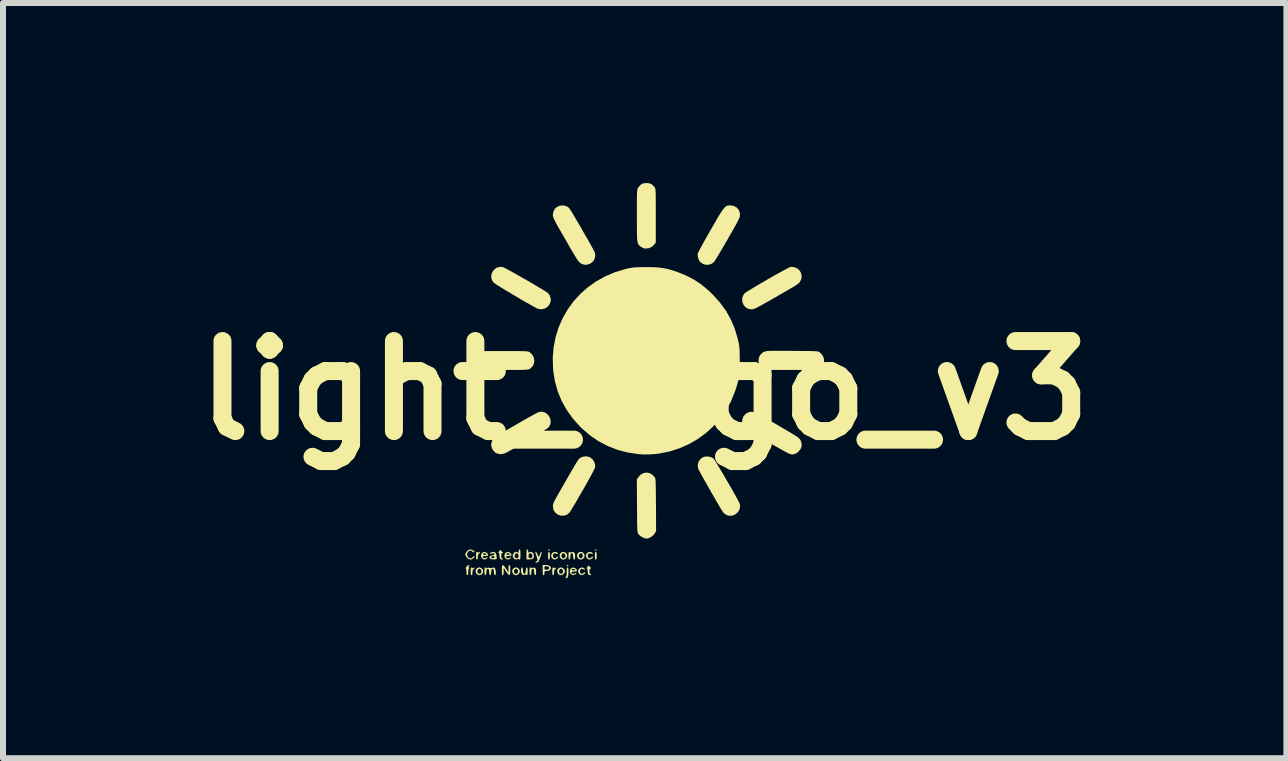
<source format=kicad_pcb>
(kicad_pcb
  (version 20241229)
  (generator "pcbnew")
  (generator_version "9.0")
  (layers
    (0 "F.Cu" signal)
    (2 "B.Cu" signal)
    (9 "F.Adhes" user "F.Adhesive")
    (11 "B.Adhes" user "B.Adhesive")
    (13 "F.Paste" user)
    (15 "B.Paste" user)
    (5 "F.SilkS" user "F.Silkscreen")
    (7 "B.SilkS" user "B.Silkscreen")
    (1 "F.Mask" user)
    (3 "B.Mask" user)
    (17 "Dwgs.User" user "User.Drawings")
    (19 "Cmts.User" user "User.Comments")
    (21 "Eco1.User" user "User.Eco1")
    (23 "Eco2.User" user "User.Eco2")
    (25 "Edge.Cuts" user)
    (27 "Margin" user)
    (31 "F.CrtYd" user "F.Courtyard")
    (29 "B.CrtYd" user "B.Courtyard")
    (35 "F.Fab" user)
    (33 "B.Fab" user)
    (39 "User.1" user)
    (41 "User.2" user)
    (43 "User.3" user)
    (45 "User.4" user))
  (footprint "light_logo_v3"
    (layer "F.Cu")
    (at 7.693 3.455)
    (property "Reference" "light_logo_v3" (at 0 0 0) (layer "F.SilkS") (effects (font (size 1.5 1.5) (thickness 0.3))))
    (attr board_only exclude_from_pos_files exclude_from_bom)
    (fp_poly (pts (xy -1.582 2.655) (xy -1.58 2.66) (xy -1.588 2.669) (xy -1.595 2.67) (xy -1.608 2.665) (xy -1.61 2.66) (xy -1.602 2.651) (xy -1.595 2.65)) (stroke (width 0) (type solid)) (fill yes) (layer "F.SilkS"))
    (fp_poly (pts (xy -1.272 2.915) (xy -1.27 2.92) (xy -1.278 2.929) (xy -1.285 2.93) (xy -1.298 2.925) (xy -1.3 2.92) (xy -1.292 2.911) (xy -1.285 2.91)) (stroke (width 0) (type solid)) (fill yes) (layer "F.SilkS"))
    (fp_poly (pts (xy -0.802 2.655) (xy -0.8 2.66) (xy -0.808 2.669) (xy -0.815 2.67) (xy -0.828 2.665) (xy -0.83 2.66) (xy -0.822 2.651) (xy -0.815 2.65)) (stroke (width 0) (type solid)) (fill yes) (layer "F.SilkS"))
    (fp_poly (pts (xy -1.587 2.694) (xy -1.582 2.71) (xy -1.58 2.74) (xy -1.58 2.755) (xy -1.581 2.791) (xy -1.585 2.812) (xy -1.592 2.82) (xy -1.595 2.82) (xy -1.603 2.816) (xy -1.608 2.8) (xy -1.61 2.77) (xy -1.61 2.755) (xy -1.609 2.719) (xy -1.605 2.698) (xy -1.598 2.69) (xy -1.595 2.69)) (stroke (width 0) (type solid)) (fill yes) (layer "F.SilkS"))
    (fp_poly (pts (xy -0.807 2.694) (xy -0.802 2.71) (xy -0.8 2.74) (xy -0.8 2.755) (xy -0.801 2.791) (xy -0.805 2.812) (xy -0.812 2.82) (xy -0.815 2.82) (xy -0.823 2.816) (xy -0.828 2.8) (xy -0.83 2.77) (xy -0.83 2.755) (xy -0.829 2.719) (xy -0.825 2.698) (xy -0.818 2.69) (xy -0.815 2.69)) (stroke (width 0) (type solid)) (fill yes) (layer "F.SilkS"))
    (fp_poly (pts (xy -1.277 2.954) (xy -1.272 2.969) (xy -1.27 2.998) (xy -1.27 3.021) (xy -1.271 3.059) (xy -1.275 3.091) (xy -1.28 3.111) (xy -1.293 3.125) (xy -1.309 3.13) (xy -1.319 3.125) (xy -1.32 3.12) (xy -1.312 3.11) (xy -1.31 3.11) (xy -1.305 3.101) (xy -1.302 3.075) (xy -1.3 3.037) (xy -1.3 3.03) (xy -1.299 2.989) (xy -1.297 2.964) (xy -1.292 2.953) (xy -1.285 2.95)) (stroke (width 0) (type solid)) (fill yes) (layer "F.SilkS"))
    (fp_poly (pts (xy -2.872 2.956) (xy -2.87 2.961) (xy -2.865 2.966) (xy -2.855 2.96) (xy -2.839 2.952) (xy -2.833 2.954) (xy -2.835 2.964) (xy -2.848 2.976) (xy -2.863 2.992) (xy -2.869 3.016) (xy -2.87 3.036) (xy -2.872 3.065) (xy -2.879 3.078) (xy -2.885 3.08) (xy -2.893 3.076) (xy -2.898 3.06) (xy -2.9 3.03) (xy -2.9 3.015) (xy -2.899 2.979) (xy -2.895 2.958) (xy -2.888 2.95) (xy -2.885 2.95)) (stroke (width 0) (type solid)) (fill yes) (layer "F.SilkS"))
    (fp_poly (pts (xy -2.782 2.696) (xy -2.78 2.701) (xy -2.775 2.706) (xy -2.765 2.7) (xy -2.749 2.692) (xy -2.743 2.694) (xy -2.745 2.704) (xy -2.758 2.716) (xy -2.773 2.732) (xy -2.779 2.756) (xy -2.78 2.776) (xy -2.782 2.805) (xy -2.789 2.818) (xy -2.795 2.82) (xy -2.803 2.816) (xy -2.808 2.8) (xy -2.81 2.77) (xy -2.81 2.755) (xy -2.809 2.719) (xy -2.805 2.698) (xy -2.798 2.69) (xy -2.795 2.69)) (stroke (width 0) (type solid)) (fill yes) (layer "F.SilkS"))
    (fp_poly (pts (xy -1.512 2.956) (xy -1.51 2.961) (xy -1.505 2.966) (xy -1.495 2.96) (xy -1.479 2.952) (xy -1.473 2.954) (xy -1.475 2.964) (xy -1.488 2.976) (xy -1.503 2.992) (xy -1.509 3.016) (xy -1.51 3.036) (xy -1.512 3.065) (xy -1.519 3.078) (xy -1.525 3.08) (xy -1.533 3.076) (xy -1.538 3.06) (xy -1.54 3.03) (xy -1.54 3.015) (xy -1.539 2.979) (xy -1.535 2.958) (xy -1.528 2.95) (xy -1.525 2.95)) (stroke (width 0) (type solid)) (fill yes) (layer "F.SilkS"))
    (fp_poly (pts (xy -2.921 2.916) (xy -2.923 2.927) (xy -2.933 2.933) (xy -2.939 2.94) (xy -2.93 2.95) (xy -2.921 2.961) (xy -2.928 2.967) (xy -2.936 2.98) (xy -2.94 3.01) (xy -2.94 3.026) (xy -2.941 3.059) (xy -2.946 3.076) (xy -2.955 3.08) (xy -2.964 3.075) (xy -2.969 3.057) (xy -2.97 3.026) (xy -2.972 2.992) (xy -2.978 2.972) (xy -2.982 2.968) (xy -2.984 2.959) (xy -2.975 2.944) (xy -2.96 2.927) (xy -2.944 2.914) (xy -2.933 2.91)) (stroke (width 0) (type solid)) (fill yes) (layer "F.SilkS"))
    (fp_poly (pts (xy -1.475 2.694) (xy -1.455 2.706) (xy -1.444 2.722) (xy -1.449 2.729) (xy -1.467 2.724) (xy -1.475 2.72) (xy -1.501 2.714) (xy -1.52 2.725) (xy -1.53 2.752) (xy -1.53 2.761) (xy -1.523 2.784) (xy -1.507 2.797) (xy -1.487 2.797) (xy -1.475 2.786) (xy -1.46 2.773) (xy -1.446 2.771) (xy -1.44 2.779) (xy -1.448 2.793) (xy -1.468 2.807) (xy -1.49 2.818) (xy -1.502 2.82) (xy -1.522 2.813) (xy -1.54 2.8) (xy -1.555 2.776) (xy -1.56 2.755) (xy -1.552 2.725) (xy -1.531 2.703) (xy -1.503 2.692)) (stroke (width 0) (type solid)) (fill yes) (layer "F.SilkS"))
    (fp_poly (pts (xy -1.025 2.954) (xy -1.005 2.966) (xy -0.994 2.982) (xy -0.999 2.989) (xy -1.017 2.984) (xy -1.025 2.98) (xy -1.051 2.974) (xy -1.07 2.985) (xy -1.08 3.012) (xy -1.08 3.021) (xy -1.073 3.044) (xy -1.057 3.057) (xy -1.037 3.057) (xy -1.025 3.046) (xy -1.01 3.033) (xy -0.996 3.031) (xy -0.99 3.039) (xy -0.998 3.053) (xy -1.018 3.067) (xy -1.04 3.078) (xy -1.052 3.08) (xy -1.072 3.073) (xy -1.09 3.06) (xy -1.105 3.036) (xy -1.11 3.015) (xy -1.102 2.985) (xy -1.081 2.963) (xy -1.053 2.952)) (stroke (width 0) (type solid)) (fill yes) (layer "F.SilkS"))
    (fp_poly (pts (xy -0.895 2.694) (xy -0.875 2.706) (xy -0.864 2.722) (xy -0.869 2.729) (xy -0.887 2.724) (xy -0.895 2.72) (xy -0.921 2.714) (xy -0.94 2.725) (xy -0.95 2.752) (xy -0.95 2.761) (xy -0.943 2.784) (xy -0.927 2.797) (xy -0.907 2.797) (xy -0.895 2.786) (xy -0.88 2.773) (xy -0.866 2.771) (xy -0.86 2.779) (xy -0.868 2.793) (xy -0.888 2.807) (xy -0.91 2.818) (xy -0.922 2.82) (xy -0.942 2.813) (xy -0.96 2.8) (xy -0.975 2.776) (xy -0.98 2.755) (xy -0.972 2.725) (xy -0.951 2.703) (xy -0.923 2.692)) (stroke (width 0) (type solid)) (fill yes) (layer "F.SilkS"))
    (fp_poly (pts (xy -2.725 2.959) (xy -2.701 2.981) (xy -2.69 3.011) (xy -2.69 3.015) (xy -2.699 3.045) (xy -2.721 3.069) (xy -2.751 3.08) (xy -2.755 3.08) (xy -2.781 3.073) (xy -2.8 3.06) (xy -2.816 3.032) (xy -2.816 3.024) (xy -2.788 3.024) (xy -2.78 3.046) (xy -2.759 3.059) (xy -2.737 3.053) (xy -2.732 3.048) (xy -2.721 3.027) (xy -2.722 3.004) (xy -2.732 2.984) (xy -2.748 2.973) (xy -2.768 2.976) (xy -2.768 2.977) (xy -2.784 2.997) (xy -2.788 3.024) (xy -2.816 3.024) (xy -2.817 3.001) (xy -2.804 2.974) (xy -2.779 2.955) (xy -2.755 2.95)) (stroke (width 0) (type solid)) (fill yes) (layer "F.SilkS"))
    (fp_poly (pts (xy -2.115 2.959) (xy -2.091 2.981) (xy -2.08 3.011) (xy -2.08 3.015) (xy -2.089 3.045) (xy -2.111 3.069) (xy -2.141 3.08) (xy -2.145 3.08) (xy -2.171 3.073) (xy -2.19 3.06) (xy -2.206 3.032) (xy -2.206 3.024) (xy -2.178 3.024) (xy -2.17 3.046) (xy -2.149 3.059) (xy -2.127 3.053) (xy -2.122 3.048) (xy -2.111 3.027) (xy -2.112 3.004) (xy -2.122 2.984) (xy -2.138 2.973) (xy -2.158 2.976) (xy -2.158 2.977) (xy -2.174 2.997) (xy -2.178 3.024) (xy -2.206 3.024) (xy -2.207 3.001) (xy -2.194 2.974) (xy -2.169 2.955) (xy -2.145 2.95)) (stroke (width 0) (type solid)) (fill yes) (layer "F.SilkS"))
    (fp_poly (pts (xy -1.365 2.959) (xy -1.341 2.981) (xy -1.33 3.011) (xy -1.33 3.015) (xy -1.339 3.045) (xy -1.361 3.069) (xy -1.391 3.08) (xy -1.395 3.08) (xy -1.421 3.073) (xy -1.44 3.06) (xy -1.456 3.032) (xy -1.456 3.024) (xy -1.428 3.024) (xy -1.42 3.046) (xy -1.399 3.059) (xy -1.377 3.053) (xy -1.372 3.048) (xy -1.361 3.027) (xy -1.362 3.004) (xy -1.372 2.984) (xy -1.388 2.973) (xy -1.408 2.976) (xy -1.408 2.977) (xy -1.424 2.997) (xy -1.428 3.024) (xy -1.456 3.024) (xy -1.457 3.001) (xy -1.444 2.974) (xy -1.419 2.955) (xy -1.395 2.95)) (stroke (width 0) (type solid)) (fill yes) (layer "F.SilkS"))
    (fp_poly (pts (xy -1.325 2.699) (xy -1.301 2.721) (xy -1.29 2.751) (xy -1.29 2.755) (xy -1.299 2.785) (xy -1.321 2.809) (xy -1.351 2.82) (xy -1.355 2.82) (xy -1.381 2.813) (xy -1.4 2.8) (xy -1.416 2.772) (xy -1.416 2.764) (xy -1.388 2.764) (xy -1.38 2.786) (xy -1.359 2.799) (xy -1.337 2.793) (xy -1.332 2.788) (xy -1.321 2.767) (xy -1.322 2.744) (xy -1.332 2.724) (xy -1.348 2.713) (xy -1.368 2.716) (xy -1.368 2.717) (xy -1.384 2.737) (xy -1.388 2.764) (xy -1.416 2.764) (xy -1.417 2.741) (xy -1.404 2.714) (xy -1.379 2.695) (xy -1.355 2.69)) (stroke (width 0) (type solid)) (fill yes) (layer "F.SilkS"))
    (fp_poly (pts (xy -1.035 2.699) (xy -1.011 2.721) (xy -1 2.751) (xy -1 2.755) (xy -1.009 2.785) (xy -1.031 2.809) (xy -1.061 2.82) (xy -1.065 2.82) (xy -1.091 2.813) (xy -1.11 2.8) (xy -1.126 2.772) (xy -1.126 2.764) (xy -1.098 2.764) (xy -1.09 2.786) (xy -1.069 2.799) (xy -1.047 2.793) (xy -1.042 2.788) (xy -1.031 2.767) (xy -1.032 2.744) (xy -1.042 2.724) (xy -1.058 2.713) (xy -1.078 2.716) (xy -1.078 2.717) (xy -1.094 2.737) (xy -1.098 2.764) (xy -1.126 2.764) (xy -1.127 2.741) (xy -1.114 2.714) (xy -1.089 2.695) (xy -1.065 2.69)) (stroke (width 0) (type solid)) (fill yes) (layer "F.SilkS"))
    (fp_poly (pts (xy -1.804 2.699) (xy -1.792 2.72) (xy -1.79 2.728) (xy -1.778 2.759) (xy -1.768 2.772) (xy -1.759 2.767) (xy -1.75 2.743) (xy -1.737 2.709) (xy -1.724 2.692) (xy -1.715 2.692) (xy -1.716 2.703) (xy -1.722 2.727) (xy -1.732 2.759) (xy -1.745 2.794) (xy -1.757 2.826) (xy -1.768 2.85) (xy -1.773 2.857) (xy -1.788 2.867) (xy -1.806 2.87) (xy -1.818 2.865) (xy -1.82 2.86) (xy -1.812 2.851) (xy -1.806 2.85) (xy -1.791 2.843) (xy -1.787 2.823) (xy -1.794 2.787) (xy -1.805 2.755) (xy -1.818 2.72) (xy -1.822 2.7) (xy -1.82 2.691) (xy -1.816 2.69)) (stroke (width 0) (type solid)) (fill yes) (layer "F.SilkS"))
    (fp_poly (pts (xy -2.392 2.668) (xy -2.39 2.675) (xy -2.382 2.688) (xy -2.375 2.69) (xy -2.362 2.695) (xy -2.36 2.7) (xy -2.368 2.709) (xy -2.375 2.71) (xy -2.385 2.716) (xy -2.389 2.736) (xy -2.39 2.755) (xy -2.388 2.785) (xy -2.381 2.798) (xy -2.375 2.8) (xy -2.362 2.805) (xy -2.36 2.81) (xy -2.368 2.818) (xy -2.385 2.819) (xy -2.403 2.812) (xy -2.408 2.808) (xy -2.416 2.791) (xy -2.42 2.763) (xy -2.42 2.754) (xy -2.423 2.725) (xy -2.43 2.708) (xy -2.433 2.706) (xy -2.44 2.699) (xy -2.433 2.694) (xy -2.421 2.68) (xy -2.42 2.674) (xy -2.412 2.662) (xy -2.405 2.66)) (stroke (width 0) (type solid)) (fill yes) (layer "F.SilkS"))
    (fp_poly (pts (xy -2.248 2.914) (xy -2.243 2.927) (xy -2.241 2.953) (xy -2.24 2.995) (xy -2.241 3.043) (xy -2.247 3.071) (xy -2.256 3.079) (xy -2.272 3.07) (xy -2.294 3.041) (xy -2.31 3.018) (xy -2.35 2.955) (xy -2.35 3.018) (xy -2.351 3.053) (xy -2.355 3.073) (xy -2.362 3.08) (xy -2.365 3.08) (xy -2.373 3.076) (xy -2.377 3.063) (xy -2.379 3.037) (xy -2.38 2.995) (xy -2.379 2.947) (xy -2.373 2.919) (xy -2.364 2.911) (xy -2.348 2.92) (xy -2.326 2.949) (xy -2.31 2.973) (xy -2.27 3.035) (xy -2.27 2.973) (xy -2.269 2.937) (xy -2.265 2.917) (xy -2.258 2.91) (xy -2.255 2.91)) (stroke (width 0) (type solid)) (fill yes) (layer "F.SilkS"))
    (fp_poly (pts (xy -0.922 2.928) (xy -0.92 2.935) (xy -0.912 2.948) (xy -0.905 2.95) (xy -0.892 2.955) (xy -0.89 2.96) (xy -0.898 2.969) (xy -0.905 2.97) (xy -0.915 2.976) (xy -0.919 2.996) (xy -0.92 3.015) (xy -0.918 3.045) (xy -0.911 3.058) (xy -0.905 3.06) (xy -0.892 3.065) (xy -0.89 3.07) (xy -0.898 3.078) (xy -0.915 3.079) (xy -0.933 3.072) (xy -0.938 3.068) (xy -0.946 3.051) (xy -0.95 3.023) (xy -0.95 3.014) (xy -0.953 2.985) (xy -0.96 2.968) (xy -0.963 2.966) (xy -0.97 2.959) (xy -0.963 2.954) (xy -0.951 2.94) (xy -0.95 2.934) (xy -0.942 2.922) (xy -0.935 2.92)) (stroke (width 0) (type solid)) (fill yes) (layer "F.SilkS"))
    (fp_poly (pts (xy -1.956 2.955) (xy -1.952 2.972) (xy -1.95 3.004) (xy -1.95 3.015) (xy -1.951 3.051) (xy -1.955 3.072) (xy -1.962 3.08) (xy -1.965 3.08) (xy -1.978 3.074) (xy -1.98 3.068) (xy -1.983 3.061) (xy -1.992 3.068) (xy -2.014 3.079) (xy -2.037 3.071) (xy -2.044 3.064) (xy -2.054 3.046) (xy -2.059 3.019) (xy -2.061 2.99) (xy -2.057 2.965) (xy -2.049 2.951) (xy -2.046 2.95) (xy -2.036 2.957) (xy -2.03 2.979) (xy -2.028 3.002) (xy -2.025 3.034) (xy -2.02 3.049) (xy -2.01 3.055) (xy -2.005 3.055) (xy -1.993 3.052) (xy -1.986 3.04) (xy -1.983 3.015) (xy -1.982 3.002) (xy -1.978 2.969) (xy -1.971 2.953) (xy -1.964 2.95)) (stroke (width 0) (type solid)) (fill yes) (layer "F.SilkS"))
    (fp_poly (pts (xy -1.892 2.956) (xy -1.89 2.961) (xy -1.885 2.966) (xy -1.875 2.96) (xy -1.857 2.952) (xy -1.835 2.958) (xy -1.82 2.967) (xy -1.813 2.981) (xy -1.81 3.005) (xy -1.81 3.025) (xy -1.811 3.058) (xy -1.816 3.076) (xy -1.824 3.08) (xy -1.834 3.073) (xy -1.84 3.051) (xy -1.842 3.027) (xy -1.845 2.996) (xy -1.85 2.981) (xy -1.86 2.975) (xy -1.865 2.975) (xy -1.877 2.978) (xy -1.884 2.99) (xy -1.887 3.015) (xy -1.888 3.027) (xy -1.892 3.061) (xy -1.899 3.077) (xy -1.906 3.08) (xy -1.914 3.075) (xy -1.918 3.058) (xy -1.92 3.026) (xy -1.92 3.015) (xy -1.919 2.979) (xy -1.915 2.958) (xy -1.908 2.95) (xy -1.905 2.95)) (stroke (width 0) (type solid)) (fill yes) (layer "F.SilkS"))
    (fp_poly (pts (xy -1.242 2.696) (xy -1.24 2.701) (xy -1.235 2.706) (xy -1.225 2.7) (xy -1.207 2.692) (xy -1.185 2.698) (xy -1.17 2.707) (xy -1.163 2.721) (xy -1.16 2.745) (xy -1.16 2.765) (xy -1.161 2.798) (xy -1.166 2.816) (xy -1.174 2.82) (xy -1.184 2.813) (xy -1.19 2.791) (xy -1.192 2.768) (xy -1.195 2.736) (xy -1.2 2.721) (xy -1.21 2.715) (xy -1.215 2.715) (xy -1.227 2.718) (xy -1.234 2.73) (xy -1.237 2.755) (xy -1.238 2.768) (xy -1.242 2.801) (xy -1.249 2.817) (xy -1.256 2.82) (xy -1.264 2.815) (xy -1.268 2.798) (xy -1.27 2.766) (xy -1.27 2.755) (xy -1.269 2.719) (xy -1.265 2.698) (xy -1.258 2.69) (xy -1.255 2.69)) (stroke (width 0) (type solid)) (fill yes) (layer "F.SilkS"))
    (fp_poly (pts (xy -2.883 2.655) (xy -2.856 2.667) (xy -2.838 2.683) (xy -2.836 2.686) (xy -2.837 2.698) (xy -2.849 2.699) (xy -2.864 2.691) (xy -2.87 2.685) (xy -2.892 2.671) (xy -2.917 2.672) (xy -2.94 2.686) (xy -2.956 2.711) (xy -2.96 2.737) (xy -2.953 2.767) (xy -2.934 2.789) (xy -2.91 2.799) (xy -2.885 2.795) (xy -2.866 2.779) (xy -2.851 2.765) (xy -2.839 2.762) (xy -2.834 2.77) (xy -2.843 2.784) (xy -2.86 2.8) (xy -2.881 2.813) (xy -2.901 2.82) (xy -2.905 2.82) (xy -2.932 2.812) (xy -2.96 2.791) (xy -2.961 2.791) (xy -2.982 2.762) (xy -2.99 2.735) (xy -2.982 2.709) (xy -2.963 2.682) (xy -2.938 2.66) (xy -2.914 2.65) (xy -2.911 2.65)) (stroke (width 0) (type solid)) (fill yes) (layer "F.SilkS"))
    (fp_poly (pts (xy -1.943 2.659) (xy -1.94 2.681) (xy -1.939 2.702) (xy -1.933 2.705) (xy -1.925 2.7) (xy -1.901 2.691) (xy -1.877 2.697) (xy -1.858 2.715) (xy -1.846 2.742) (xy -1.846 2.774) (xy -1.846 2.776) (xy -1.858 2.799) (xy -1.88 2.813) (xy -1.917 2.817) (xy -1.927 2.817) (xy -1.97 2.817) (xy -1.97 2.764) (xy -1.938 2.764) (xy -1.93 2.786) (xy -1.909 2.799) (xy -1.887 2.793) (xy -1.882 2.788) (xy -1.871 2.767) (xy -1.872 2.744) (xy -1.882 2.724) (xy -1.898 2.713) (xy -1.918 2.716) (xy -1.918 2.717) (xy -1.934 2.737) (xy -1.938 2.764) (xy -1.97 2.764) (xy -1.97 2.734) (xy -1.969 2.692) (xy -1.967 2.666) (xy -1.962 2.653) (xy -1.955 2.65)) (stroke (width 0) (type solid)) (fill yes) (layer "F.SilkS"))
    (fp_poly (pts (xy -2.657 2.695) (xy -2.631 2.707) (xy -2.613 2.727) (xy -2.61 2.74) (xy -2.613 2.753) (xy -2.625 2.758) (xy -2.652 2.76) (xy -2.655 2.76) (xy -2.684 2.762) (xy -2.698 2.768) (xy -2.7 2.775) (xy -2.692 2.792) (xy -2.673 2.798) (xy -2.65 2.792) (xy -2.649 2.792) (xy -2.627 2.781) (xy -2.617 2.782) (xy -2.619 2.791) (xy -2.629 2.8) (xy -2.66 2.818) (xy -2.689 2.815) (xy -2.71 2.8) (xy -2.726 2.773) (xy -2.727 2.742) (xy -2.721 2.728) (xy -2.698 2.728) (xy -2.693 2.737) (xy -2.669 2.74) (xy -2.665 2.74) (xy -2.641 2.739) (xy -2.635 2.734) (xy -2.64 2.725) (xy -2.659 2.714) (xy -2.68 2.714) (xy -2.696 2.724) (xy -2.698 2.728) (xy -2.721 2.728) (xy -2.715 2.714) (xy -2.691 2.696) (xy -2.685 2.694)) (stroke (width 0) (type solid)) (fill yes) (layer "F.SilkS"))
    (fp_poly (pts (xy -2.267 2.695) (xy -2.241 2.707) (xy -2.223 2.727) (xy -2.22 2.74) (xy -2.223 2.753) (xy -2.235 2.758) (xy -2.262 2.76) (xy -2.265 2.76) (xy -2.294 2.762) (xy -2.308 2.768) (xy -2.31 2.775) (xy -2.302 2.792) (xy -2.283 2.798) (xy -2.26 2.792) (xy -2.259 2.792) (xy -2.237 2.781) (xy -2.227 2.782) (xy -2.229 2.791) (xy -2.239 2.8) (xy -2.27 2.818) (xy -2.299 2.815) (xy -2.32 2.8) (xy -2.336 2.773) (xy -2.337 2.742) (xy -2.331 2.728) (xy -2.308 2.728) (xy -2.303 2.737) (xy -2.279 2.74) (xy -2.275 2.74) (xy -2.251 2.739) (xy -2.245 2.734) (xy -2.25 2.725) (xy -2.269 2.714) (xy -2.29 2.714) (xy -2.306 2.724) (xy -2.308 2.728) (xy -2.331 2.728) (xy -2.325 2.714) (xy -2.301 2.696) (xy -2.295 2.694)) (stroke (width 0) (type solid)) (fill yes) (layer "F.SilkS"))
    (fp_poly (pts (xy -1.612 2.913) (xy -1.587 2.924) (xy -1.58 2.93) (xy -1.564 2.949) (xy -1.562 2.965) (xy -1.574 2.986) (xy -1.576 2.988) (xy -1.594 3.004) (xy -1.622 3.01) (xy -1.631 3.01) (xy -1.656 3.011) (xy -1.667 3.018) (xy -1.67 3.035) (xy -1.67 3.045) (xy -1.673 3.071) (xy -1.684 3.08) (xy -1.685 3.08) (xy -1.692 3.076) (xy -1.697 3.063) (xy -1.699 3.037) (xy -1.7 2.995) (xy -1.7 2.96) (xy -1.67 2.96) (xy -1.669 2.98) (xy -1.66 2.988) (xy -1.64 2.989) (xy -1.633 2.988) (xy -1.608 2.984) (xy -1.597 2.975) (xy -1.595 2.96) (xy -1.598 2.943) (xy -1.61 2.935) (xy -1.633 2.932) (xy -1.657 2.931) (xy -1.668 2.937) (xy -1.67 2.954) (xy -1.67 2.96) (xy -1.7 2.96) (xy -1.7 2.91) (xy -1.65 2.91)) (stroke (width 0) (type solid)) (fill yes) (layer "F.SilkS"))
    (fp_poly (pts (xy -1.177 2.955) (xy -1.151 2.967) (xy -1.133 2.987) (xy -1.13 3) (xy -1.133 3.013) (xy -1.145 3.018) (xy -1.172 3.02) (xy -1.175 3.02) (xy -1.204 3.022) (xy -1.218 3.028) (xy -1.22 3.035) (xy -1.212 3.052) (xy -1.193 3.058) (xy -1.17 3.052) (xy -1.169 3.052) (xy -1.147 3.041) (xy -1.137 3.042) (xy -1.139 3.051) (xy -1.149 3.06) (xy -1.18 3.078) (xy -1.209 3.075) (xy -1.23 3.06) (xy -1.246 3.033) (xy -1.247 3.002) (xy -1.241 2.987) (xy -1.218 2.987) (xy -1.213 2.997) (xy -1.189 3) (xy -1.185 3) (xy -1.161 2.999) (xy -1.155 2.994) (xy -1.16 2.985) (xy -1.179 2.974) (xy -1.2 2.974) (xy -1.216 2.984) (xy -1.218 2.987) (xy -1.241 2.987) (xy -1.235 2.974) (xy -1.211 2.956) (xy -1.205 2.954)) (stroke (width 0) (type solid)) (fill yes) (layer "F.SilkS"))
    (fp_poly (pts (xy -2.504 2.694) (xy -2.482 2.713) (xy -2.47 2.745) (xy -2.47 2.755) (xy -2.468 2.782) (xy -2.465 2.802) (xy -2.465 2.802) (xy -2.47 2.811) (xy -2.489 2.816) (xy -2.515 2.817) (xy -2.543 2.816) (xy -2.567 2.81) (xy -2.576 2.805) (xy -2.588 2.787) (xy -2.587 2.778) (xy -2.558 2.778) (xy -2.555 2.791) (xy -2.54 2.799) (xy -2.52 2.796) (xy -2.505 2.784) (xy -2.502 2.777) (xy -2.505 2.764) (xy -2.523 2.76) (xy -2.524 2.76) (xy -2.548 2.765) (xy -2.558 2.778) (xy -2.587 2.778) (xy -2.587 2.776) (xy -2.58 2.764) (xy -2.569 2.757) (xy -2.546 2.75) (xy -2.527 2.746) (xy -2.508 2.738) (xy -2.5 2.729) (xy -2.508 2.717) (xy -2.527 2.712) (xy -2.549 2.717) (xy -2.552 2.719) (xy -2.571 2.727) (xy -2.579 2.722) (xy -2.572 2.709) (xy -2.566 2.704) (xy -2.533 2.69)) (stroke (width 0) (type solid)) (fill yes) (layer "F.SilkS"))
    (fp_poly (pts (xy -2.078 2.654) (xy -2.073 2.667) (xy -2.071 2.693) (xy -2.07 2.735) (xy -2.071 2.777) (xy -2.073 2.804) (xy -2.078 2.817) (xy -2.085 2.82) (xy -2.098 2.814) (xy -2.1 2.808) (xy -2.103 2.801) (xy -2.112 2.808) (xy -2.136 2.819) (xy -2.163 2.813) (xy -2.18 2.8) (xy -2.195 2.776) (xy -2.198 2.764) (xy -2.168 2.764) (xy -2.16 2.786) (xy -2.139 2.799) (xy -2.117 2.793) (xy -2.112 2.788) (xy -2.101 2.767) (xy -2.102 2.744) (xy -2.112 2.724) (xy -2.128 2.713) (xy -2.148 2.716) (xy -2.148 2.717) (xy -2.164 2.737) (xy -2.168 2.764) (xy -2.198 2.764) (xy -2.2 2.755) (xy -2.193 2.731) (xy -2.178 2.708) (xy -2.159 2.692) (xy -2.149 2.69) (xy -2.132 2.694) (xy -2.119 2.7) (xy -2.106 2.705) (xy -2.101 2.697) (xy -2.1 2.68) (xy -2.096 2.656) (xy -2.085 2.65)) (stroke (width 0) (type solid)) (fill yes) (layer "F.SilkS"))
    (fp_poly (pts (xy 0.079 1.378) (xy 0.127 1.404) (xy 0.164 1.443) (xy 0.169 1.451) (xy 0.173 1.459) (xy 0.177 1.47) (xy 0.179 1.487) (xy 0.182 1.51) (xy 0.183 1.541) (xy 0.184 1.583) (xy 0.185 1.637) (xy 0.186 1.706) (xy 0.187 1.79) (xy 0.187 1.893) (xy 0.188 1.908) (xy 0.19 2.345) (xy 0.167 2.385) (xy 0.14 2.418) (xy 0.102 2.447) (xy 0.06 2.465) (xy 0.03 2.47) (xy 0.006 2.465) (xy -0.026 2.454) (xy -0.04 2.447) (xy -0.071 2.428) (xy -0.097 2.405) (xy -0.104 2.397) (xy -0.109 2.389) (xy -0.113 2.381) (xy -0.117 2.369) (xy -0.119 2.352) (xy -0.122 2.329) (xy -0.123 2.297) (xy -0.125 2.254) (xy -0.126 2.199) (xy -0.126 2.13) (xy -0.127 2.045) (xy -0.128 1.942) (xy -0.128 1.926) (xy -0.131 1.484) (xy -0.108 1.45) (xy -0.068 1.405) (xy -0.021 1.379) (xy 0.029 1.369)) (stroke (width 0) (type solid)) (fill yes) (layer "F.SilkS"))
    (fp_poly (pts (xy -2.368 -2.056) (xy -2.352 -2.05) (xy -2.321 -2.034) (xy -2.278 -2.011) (xy -2.224 -1.982) (xy -2.162 -1.947) (xy -2.095 -1.909) (xy -2.024 -1.869) (xy -1.952 -1.828) (xy -1.881 -1.787) (xy -1.814 -1.747) (xy -1.752 -1.71) (xy -1.698 -1.678) (xy -1.655 -1.651) (xy -1.624 -1.631) (xy -1.608 -1.619) (xy -1.608 -1.619) (xy -1.584 -1.585) (xy -1.569 -1.543) (xy -1.564 -1.5) (xy -1.566 -1.483) (xy -1.587 -1.43) (xy -1.622 -1.39) (xy -1.666 -1.363) (xy -1.716 -1.351) (xy -1.769 -1.357) (xy -1.805 -1.371) (xy -1.855 -1.399) (xy -1.914 -1.432) (xy -1.98 -1.469) (xy -2.051 -1.51) (xy -2.124 -1.553) (xy -2.196 -1.596) (xy -2.267 -1.638) (xy -2.333 -1.677) (xy -2.392 -1.714) (xy -2.443 -1.745) (xy -2.482 -1.77) (xy -2.508 -1.788) (xy -2.517 -1.795) (xy -2.545 -1.837) (xy -2.557 -1.883) (xy -2.554 -1.93) (xy -2.537 -1.974) (xy -2.509 -2.012) (xy -2.471 -2.041) (xy -2.426 -2.057) (xy -2.375 -2.057)) (stroke (width 0) (type solid)) (fill yes) (layer "F.SilkS"))
    (fp_poly (pts (xy 1.812 0.359) (xy 1.815 0.36) (xy 1.832 0.367) (xy 1.864 0.383) (xy 1.909 0.407) (xy 1.964 0.436) (xy 2.027 0.471) (xy 2.095 0.51) (xy 2.166 0.55) (xy 2.238 0.592) (xy 2.309 0.633) (xy 2.375 0.672) (xy 2.436 0.708) (xy 2.488 0.74) (xy 2.529 0.766) (xy 2.557 0.785) (xy 2.568 0.793) (xy 2.6 0.837) (xy 2.615 0.888) (xy 2.614 0.937) (xy 2.599 0.975) (xy 2.57 1.013) (xy 2.535 1.044) (xy 2.502 1.06) (xy 2.472 1.067) (xy 2.451 1.068) (xy 2.429 1.063) (xy 2.41 1.056) (xy 2.392 1.048) (xy 2.358 1.03) (xy 2.31 1.004) (xy 2.25 0.971) (xy 2.179 0.931) (xy 2.099 0.885) (xy 2.012 0.835) (xy 1.92 0.781) (xy 1.823 0.725) (xy 1.778 0.699) (xy 1.73 0.67) (xy 1.696 0.648) (xy 1.673 0.63) (xy 1.657 0.613) (xy 1.645 0.595) (xy 1.64 0.585) (xy 1.625 0.534) (xy 1.627 0.484) (xy 1.644 0.439) (xy 1.674 0.4) (xy 1.713 0.372) (xy 1.76 0.357)) (stroke (width 0) (type solid)) (fill yes) (layer "F.SilkS"))
    (fp_poly (pts (xy 2.261 -0.659) (xy 2.346 -0.659) (xy 2.448 -0.658) (xy 2.458 -0.658) (xy 2.562 -0.657) (xy 2.648 -0.656) (xy 2.718 -0.656) (xy 2.773 -0.655) (xy 2.816 -0.653) (xy 2.849 -0.652) (xy 2.872 -0.65) (xy 2.889 -0.647) (xy 2.9 -0.643) (xy 2.909 -0.639) (xy 2.916 -0.634) (xy 2.917 -0.634) (xy 2.957 -0.594) (xy 2.982 -0.546) (xy 2.99 -0.496) (xy 2.983 -0.446) (xy 2.96 -0.401) (xy 2.921 -0.364) (xy 2.885 -0.34) (xy 2.444 -0.34) (xy 2.339 -0.34) (xy 2.252 -0.34) (xy 2.181 -0.34) (xy 2.124 -0.341) (xy 2.08 -0.342) (xy 2.047 -0.343) (xy 2.022 -0.345) (xy 2.004 -0.348) (xy 1.991 -0.351) (xy 1.982 -0.355) (xy 1.974 -0.36) (xy 1.97 -0.363) (xy 1.93 -0.4) (xy 1.905 -0.445) (xy 1.896 -0.494) (xy 1.902 -0.542) (xy 1.923 -0.587) (xy 1.959 -0.624) (xy 1.984 -0.64) (xy 1.995 -0.645) (xy 2.007 -0.649) (xy 2.021 -0.652) (xy 2.039 -0.655) (xy 2.063 -0.657) (xy 2.096 -0.658) (xy 2.138 -0.659) (xy 2.193 -0.659)) (stroke (width 0) (type solid)) (fill yes) (layer "F.SilkS"))
    (fp_poly (pts (xy -2.642 2.956) (xy -2.64 2.961) (xy -2.635 2.966) (xy -2.625 2.96) (xy -2.606 2.952) (xy -2.586 2.958) (xy -2.561 2.963) (xy -2.549 2.959) (xy -2.522 2.951) (xy -2.501 2.96) (xy -2.486 2.985) (xy -2.48 3.025) (xy -2.48 3.031) (xy -2.482 3.062) (xy -2.488 3.077) (xy -2.494 3.08) (xy -2.504 3.073) (xy -2.51 3.051) (xy -2.512 3.027) (xy -2.515 2.996) (xy -2.52 2.981) (xy -2.53 2.975) (xy -2.535 2.975) (xy -2.547 2.978) (xy -2.554 2.99) (xy -2.557 3.015) (xy -2.558 3.027) (xy -2.562 3.062) (xy -2.569 3.078) (xy -2.575 3.08) (xy -2.585 3.072) (xy -2.59 3.048) (xy -2.592 3.027) (xy -2.595 2.996) (xy -2.6 2.981) (xy -2.61 2.975) (xy -2.615 2.975) (xy -2.627 2.978) (xy -2.634 2.99) (xy -2.637 3.015) (xy -2.638 3.027) (xy -2.642 3.061) (xy -2.649 3.077) (xy -2.656 3.08) (xy -2.664 3.075) (xy -2.668 3.058) (xy -2.67 3.026) (xy -2.67 3.015) (xy -2.669 2.979) (xy -2.665 2.958) (xy -2.658 2.95) (xy -2.655 2.95)) (stroke (width 0) (type solid)) (fill yes) (layer "F.SilkS"))
    (fp_poly (pts (xy 1.065 1.103) (xy 1.109 1.114) (xy 1.136 1.128) (xy 1.15 1.142) (xy 1.172 1.174) (xy 1.203 1.223) (xy 1.242 1.287) (xy 1.29 1.366) (xy 1.345 1.46) (xy 1.377 1.516) (xy 1.43 1.607) (xy 1.473 1.682) (xy 1.507 1.743) (xy 1.534 1.792) (xy 1.555 1.831) (xy 1.57 1.861) (xy 1.58 1.884) (xy 1.586 1.902) (xy 1.589 1.916) (xy 1.59 1.929) (xy 1.59 1.931) (xy 1.581 1.981) (xy 1.558 2.024) (xy 1.522 2.058) (xy 1.48 2.081) (xy 1.433 2.091) (xy 1.385 2.085) (xy 1.355 2.071) (xy 1.329 2.053) (xy 1.309 2.034) (xy 1.309 2.034) (xy 1.298 2.019) (xy 1.28 1.989) (xy 1.254 1.947) (xy 1.223 1.894) (xy 1.187 1.833) (xy 1.149 1.766) (xy 1.108 1.696) (xy 1.068 1.625) (xy 1.029 1.556) (xy 0.992 1.491) (xy 0.958 1.431) (xy 0.93 1.38) (xy 0.909 1.34) (xy 0.895 1.314) (xy 0.891 1.305) (xy 0.883 1.254) (xy 0.892 1.204) (xy 0.917 1.159) (xy 0.954 1.124) (xy 0.98 1.11) (xy 1.019 1.102)) (stroke (width 0) (type solid)) (fill yes) (layer "F.SilkS"))
    (fp_poly (pts (xy 1.485 -3.073) (xy 1.531 -3.049) (xy 1.565 -3.011) (xy 1.585 -2.963) (xy 1.588 -2.911) (xy 1.585 -2.896) (xy 1.578 -2.877) (xy 1.567 -2.851) (xy 1.55 -2.817) (xy 1.528 -2.774) (xy 1.497 -2.719) (xy 1.459 -2.652) (xy 1.412 -2.57) (xy 1.381 -2.515) (xy 1.336 -2.438) (xy 1.294 -2.365) (xy 1.255 -2.3) (xy 1.221 -2.243) (xy 1.192 -2.196) (xy 1.172 -2.163) (xy 1.159 -2.144) (xy 1.157 -2.141) (xy 1.116 -2.11) (xy 1.068 -2.094) (xy 1.018 -2.092) (xy 0.975 -2.106) (xy 0.948 -2.122) (xy 0.928 -2.137) (xy 0.908 -2.164) (xy 0.892 -2.203) (xy 0.883 -2.244) (xy 0.883 -2.274) (xy 0.889 -2.29) (xy 0.904 -2.321) (xy 0.927 -2.366) (xy 0.957 -2.421) (xy 0.993 -2.486) (xy 1.033 -2.558) (xy 1.077 -2.635) (xy 1.097 -2.67) (xy 1.152 -2.765) (xy 1.198 -2.845) (xy 1.236 -2.91) (xy 1.269 -2.961) (xy 1.296 -3.002) (xy 1.319 -3.032) (xy 1.339 -3.053) (xy 1.357 -3.068) (xy 1.375 -3.076) (xy 1.394 -3.081) (xy 1.414 -3.082) (xy 1.43 -3.082)) (stroke (width 0) (type solid)) (fill yes) (layer "F.SilkS"))
    (fp_poly (pts (xy -1.673 0.364) (xy -1.633 0.387) (xy -1.601 0.42) (xy -1.578 0.461) (xy -1.567 0.506) (xy -1.569 0.552) (xy -1.587 0.596) (xy -1.606 0.621) (xy -1.619 0.631) (xy -1.647 0.649) (xy -1.687 0.674) (xy -1.738 0.705) (xy -1.798 0.741) (xy -1.863 0.78) (xy -1.932 0.821) (xy -2.002 0.863) (xy -2.071 0.903) (xy -2.137 0.942) (xy -2.198 0.977) (xy -2.251 1.007) (xy -2.293 1.03) (xy -2.324 1.046) (xy -2.325 1.047) (xy -2.37 1.061) (xy -2.419 1.063) (xy -2.435 1.06) (xy -2.485 1.04) (xy -2.523 1.003) (xy -2.54 0.976) (xy -2.556 0.929) (xy -2.557 0.886) (xy -2.542 0.839) (xy -2.539 0.833) (xy -2.534 0.823) (xy -2.528 0.813) (xy -2.521 0.803) (xy -2.511 0.793) (xy -2.496 0.781) (xy -2.475 0.766) (xy -2.446 0.748) (xy -2.408 0.725) (xy -2.36 0.696) (xy -2.299 0.661) (xy -2.225 0.618) (xy -2.136 0.567) (xy -2.081 0.535) (xy -2.012 0.495) (xy -1.947 0.458) (xy -1.888 0.426) (xy -1.838 0.398) (xy -1.799 0.378) (xy -1.774 0.366) (xy -1.768 0.363) (xy -1.719 0.355)) (stroke (width 0) (type solid)) (fill yes) (layer "F.SilkS"))
    (fp_poly (pts (xy -0.927 1.109) (xy -0.899 1.123) (xy -0.863 1.156) (xy -0.838 1.199) (xy -0.825 1.245) (xy -0.825 1.275) (xy -0.832 1.296) (xy -0.85 1.335) (xy -0.878 1.39) (xy -0.917 1.461) (xy -0.966 1.549) (xy -1.025 1.653) (xy -1.032 1.665) (xy -1.077 1.742) (xy -1.119 1.815) (xy -1.157 1.88) (xy -1.191 1.937) (xy -1.219 1.984) (xy -1.24 2.017) (xy -1.252 2.036) (xy -1.254 2.038) (xy -1.296 2.072) (xy -1.346 2.088) (xy -1.399 2.087) (xy -1.452 2.069) (xy -1.454 2.067) (xy -1.495 2.033) (xy -1.521 1.987) (xy -1.53 1.931) (xy -1.53 1.929) (xy -1.529 1.914) (xy -1.526 1.898) (xy -1.519 1.878) (xy -1.508 1.853) (xy -1.491 1.819) (xy -1.467 1.776) (xy -1.436 1.72) (xy -1.396 1.65) (xy -1.381 1.624) (xy -1.322 1.521) (xy -1.272 1.434) (xy -1.23 1.361) (xy -1.195 1.302) (xy -1.167 1.254) (xy -1.145 1.216) (xy -1.127 1.188) (xy -1.112 1.166) (xy -1.101 1.151) (xy -1.092 1.14) (xy -1.084 1.132) (xy -1.076 1.126) (xy -1.071 1.123) (xy -1.027 1.104) (xy -0.976 1.099)) (stroke (width 0) (type solid)) (fill yes) (layer "F.SilkS"))
    (fp_poly (pts (xy 0.08 -3.45) (xy 0.119 -3.433) (xy 0.153 -3.4) (xy 0.164 -3.386) (xy 0.169 -3.379) (xy 0.173 -3.371) (xy 0.177 -3.36) (xy 0.179 -3.344) (xy 0.181 -3.321) (xy 0.183 -3.29) (xy 0.184 -3.248) (xy 0.184 -3.195) (xy 0.185 -3.127) (xy 0.185 -3.044) (xy 0.185 -2.943) (xy 0.185 -2.912) (xy 0.185 -2.465) (xy 0.161 -2.431) (xy 0.123 -2.394) (xy 0.074 -2.37) (xy 0.02 -2.363) (xy -0.015 -2.367) (xy -0.036 -2.376) (xy -0.062 -2.393) (xy -0.068 -2.397) (xy -0.082 -2.408) (xy -0.094 -2.418) (xy -0.104 -2.43) (xy -0.112 -2.445) (xy -0.118 -2.465) (xy -0.122 -2.492) (xy -0.126 -2.528) (xy -0.128 -2.574) (xy -0.129 -2.633) (xy -0.13 -2.706) (xy -0.13 -2.795) (xy -0.13 -2.902) (xy -0.13 -2.913) (xy -0.13 -3.017) (xy -0.13 -3.104) (xy -0.13 -3.174) (xy -0.129 -3.23) (xy -0.128 -3.273) (xy -0.127 -3.306) (xy -0.125 -3.33) (xy -0.122 -3.347) (xy -0.119 -3.359) (xy -0.115 -3.369) (xy -0.11 -3.377) (xy -0.107 -3.38) (xy -0.074 -3.42) (xy -0.038 -3.444) (xy 0.007 -3.454) (xy 0.03 -3.455)) (stroke (width 0) (type solid)) (fill yes) (layer "F.SilkS"))
    (fp_poly (pts (xy 2.496 -2.052) (xy 2.503 -2.05) (xy 2.551 -2.027) (xy 2.587 -1.99) (xy 2.609 -1.945) (xy 2.616 -1.895) (xy 2.606 -1.845) (xy 2.58 -1.797) (xy 2.562 -1.781) (xy 2.533 -1.759) (xy 2.495 -1.735) (xy 2.477 -1.724) (xy 2.355 -1.653) (xy 2.249 -1.592) (xy 2.157 -1.539) (xy 2.08 -1.495) (xy 2.014 -1.458) (xy 1.96 -1.427) (xy 1.915 -1.403) (xy 1.88 -1.385) (xy 1.852 -1.371) (xy 1.83 -1.361) (xy 1.813 -1.355) (xy 1.8 -1.352) (xy 1.789 -1.35) (xy 1.786 -1.35) (xy 1.751 -1.354) (xy 1.718 -1.363) (xy 1.714 -1.364) (xy 1.674 -1.392) (xy 1.643 -1.433) (xy 1.626 -1.481) (xy 1.625 -1.531) (xy 1.629 -1.55) (xy 1.642 -1.583) (xy 1.66 -1.611) (xy 1.663 -1.615) (xy 1.677 -1.626) (xy 1.707 -1.646) (xy 1.749 -1.672) (xy 1.802 -1.704) (xy 1.863 -1.741) (xy 1.93 -1.781) (xy 2.001 -1.822) (xy 2.074 -1.864) (xy 2.145 -1.905) (xy 2.213 -1.943) (xy 2.276 -1.978) (xy 2.331 -2.008) (xy 2.377 -2.032) (xy 2.409 -2.049) (xy 2.428 -2.056) (xy 2.428 -2.056) (xy 2.46 -2.057)) (stroke (width 0) (type solid)) (fill yes) (layer "F.SilkS"))
    (fp_poly (pts (xy -1.31 -3.071) (xy -1.297 -3.065) (xy -1.288 -3.061) (xy -1.279 -3.055) (xy -1.27 -3.048) (xy -1.26 -3.037) (xy -1.247 -3.021) (xy -1.232 -2.998) (xy -1.212 -2.967) (xy -1.188 -2.927) (xy -1.158 -2.875) (xy -1.12 -2.811) (xy -1.075 -2.734) (xy -1.022 -2.64) (xy -1.006 -2.613) (xy -0.966 -2.544) (xy -0.929 -2.479) (xy -0.896 -2.42) (xy -0.869 -2.371) (xy -0.848 -2.332) (xy -0.836 -2.307) (xy -0.833 -2.301) (xy -0.823 -2.251) (xy -0.831 -2.201) (xy -0.855 -2.156) (xy -0.893 -2.121) (xy -0.913 -2.11) (xy -0.963 -2.093) (xy -1.009 -2.094) (xy -1.057 -2.111) (xy -1.06 -2.113) (xy -1.071 -2.119) (xy -1.081 -2.127) (xy -1.093 -2.139) (xy -1.106 -2.155) (xy -1.122 -2.178) (xy -1.143 -2.209) (xy -1.168 -2.251) (xy -1.199 -2.303) (xy -1.238 -2.369) (xy -1.284 -2.449) (xy -1.316 -2.505) (xy -1.368 -2.595) (xy -1.411 -2.67) (xy -1.446 -2.73) (xy -1.473 -2.779) (xy -1.493 -2.818) (xy -1.508 -2.848) (xy -1.519 -2.871) (xy -1.525 -2.889) (xy -1.528 -2.904) (xy -1.53 -2.917) (xy -1.53 -2.926) (xy -1.521 -2.979) (xy -1.497 -3.024) (xy -1.461 -3.057) (xy -1.415 -3.077) (xy -1.364 -3.083)) (stroke (width 0) (type solid)) (fill yes) (layer "F.SilkS"))
    (fp_poly (pts (xy -2.279 -0.655) (xy -2.192 -0.655) (xy -2.12 -0.655) (xy -2.063 -0.654) (xy -2.019 -0.653) (xy -1.986 -0.652) (xy -1.961 -0.65) (xy -1.944 -0.647) (xy -1.932 -0.644) (xy -1.923 -0.64) (xy -1.915 -0.636) (xy -1.913 -0.634) (xy -1.873 -0.594) (xy -1.848 -0.547) (xy -1.839 -0.497) (xy -1.845 -0.447) (xy -1.867 -0.403) (xy -1.904 -0.366) (xy -1.912 -0.36) (xy -1.921 -0.355) (xy -1.931 -0.351) (xy -1.944 -0.348) (xy -1.962 -0.346) (xy -1.987 -0.344) (xy -2.021 -0.342) (xy -2.065 -0.341) (xy -2.123 -0.341) (xy -2.194 -0.34) (xy -2.282 -0.34) (xy -2.385 -0.34) (xy -2.491 -0.34) (xy -2.578 -0.34) (xy -2.649 -0.341) (xy -2.706 -0.341) (xy -2.75 -0.342) (xy -2.784 -0.344) (xy -2.808 -0.346) (xy -2.826 -0.348) (xy -2.839 -0.351) (xy -2.849 -0.355) (xy -2.858 -0.36) (xy -2.897 -0.395) (xy -2.922 -0.438) (xy -2.931 -0.487) (xy -2.925 -0.537) (xy -2.903 -0.585) (xy -2.866 -0.627) (xy -2.857 -0.634) (xy -2.85 -0.639) (xy -2.841 -0.643) (xy -2.83 -0.647) (xy -2.814 -0.649) (xy -2.792 -0.651) (xy -2.761 -0.653) (xy -2.72 -0.654) (xy -2.667 -0.654) (xy -2.6 -0.655) (xy -2.518 -0.655) (xy -2.417 -0.655) (xy -2.385 -0.655)) (stroke (width 0) (type solid)) (fill yes) (layer "F.SilkS"))
    (fp_poly (pts (xy 0.03 -2.054) (xy 0.128 -2.053) (xy 0.211 -2.049) (xy 0.285 -2.041) (xy 0.354 -2.029) (xy 0.424 -2.012) (xy 0.499 -1.988) (xy 0.541 -1.974) (xy 0.686 -1.916) (xy 0.819 -1.847) (xy 0.943 -1.765) (xy 1.062 -1.666) (xy 1.13 -1.601) (xy 1.249 -1.47) (xy 1.349 -1.334) (xy 1.431 -1.19) (xy 1.498 -1.036) (xy 1.548 -0.87) (xy 1.562 -0.814) (xy 1.569 -0.777) (xy 1.575 -0.741) (xy 1.579 -0.703) (xy 1.582 -0.658) (xy 1.583 -0.603) (xy 1.584 -0.533) (xy 1.584 -0.5) (xy 1.584 -0.404) (xy 1.58 -0.323) (xy 1.574 -0.251) (xy 1.563 -0.185) (xy 1.548 -0.119) (xy 1.527 -0.047) (xy 1.503 0.023) (xy 1.438 0.183) (xy 1.356 0.332) (xy 1.258 0.47) (xy 1.146 0.597) (xy 1.021 0.711) (xy 0.885 0.81) (xy 0.739 0.895) (xy 0.583 0.964) (xy 0.42 1.017) (xy 0.25 1.051) (xy 0.181 1.06) (xy 0.084 1.067) (xy -0.011 1.068) (xy -0.095 1.064) (xy -0.1 1.063) (xy -0.281 1.036) (xy -0.453 0.991) (xy -0.615 0.928) (xy -0.768 0.848) (xy -0.912 0.75) (xy -1.046 0.634) (xy -1.075 0.606) (xy -1.196 0.471) (xy -1.298 0.329) (xy -1.382 0.179) (xy -1.448 0.021) (xy -1.495 -0.145) (xy -1.523 -0.318) (xy -1.528 -0.377) (xy -1.532 -0.554) (xy -1.516 -0.727) (xy -1.483 -0.894) (xy -1.432 -1.055) (xy -1.365 -1.207) (xy -1.282 -1.351) (xy -1.184 -1.485) (xy -1.072 -1.608) (xy -0.947 -1.718) (xy -0.809 -1.816) (xy -0.659 -1.9) (xy -0.498 -1.968) (xy -0.327 -2.02) (xy -0.277 -2.032) (xy -0.238 -2.04) (xy -0.201 -2.046) (xy -0.162 -2.05) (xy -0.117 -2.052) (xy -0.062 -2.054) (xy 0.008 -2.054)) (stroke (width 0) (type solid)) (fill yes) (layer "F.SilkS")))
  (gr_rect
    (start -3 -3)
    (end 18.386 9.585)
    (stroke (width 0.1) (type default))
    (fill no)
    (layer "Edge.Cuts")))
</source>
